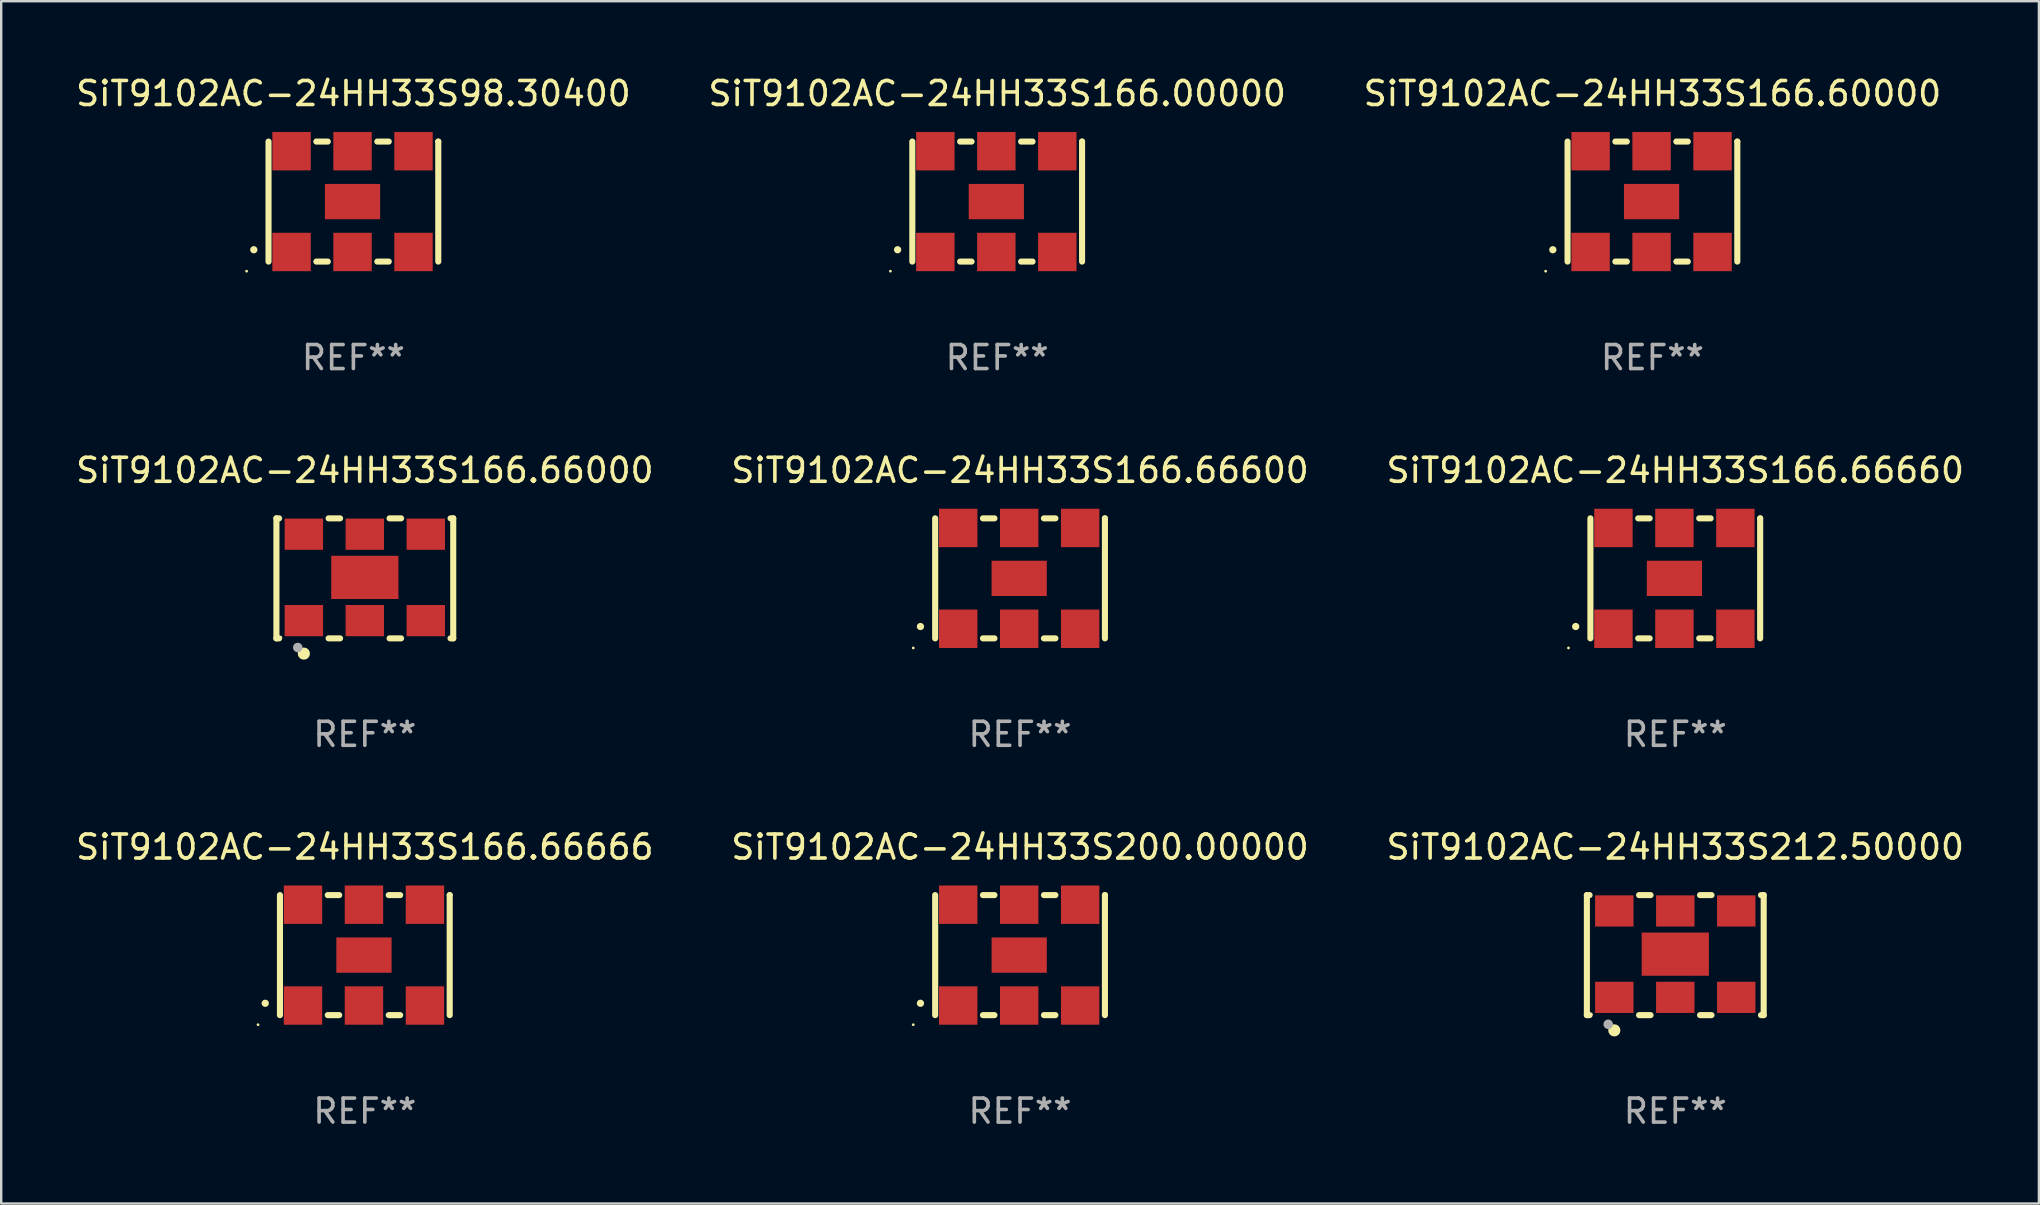
<source format=kicad_pcb>
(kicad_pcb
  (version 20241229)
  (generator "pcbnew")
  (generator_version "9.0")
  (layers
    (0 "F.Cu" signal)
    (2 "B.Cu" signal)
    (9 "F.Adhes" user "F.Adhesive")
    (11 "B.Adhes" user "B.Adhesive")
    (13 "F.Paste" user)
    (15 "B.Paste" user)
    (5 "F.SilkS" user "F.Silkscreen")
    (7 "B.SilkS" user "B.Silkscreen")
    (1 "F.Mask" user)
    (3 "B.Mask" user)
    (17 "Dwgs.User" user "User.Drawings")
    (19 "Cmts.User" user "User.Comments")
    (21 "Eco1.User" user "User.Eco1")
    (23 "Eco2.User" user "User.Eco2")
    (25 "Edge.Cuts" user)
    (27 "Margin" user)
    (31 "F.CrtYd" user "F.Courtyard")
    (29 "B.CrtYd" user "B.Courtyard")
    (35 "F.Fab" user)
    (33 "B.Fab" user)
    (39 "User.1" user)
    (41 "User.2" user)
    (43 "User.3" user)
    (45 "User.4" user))
  (footprint "SiT9102AC-24HH33S212.50000"
    (layer "F.Cu")
    (at 66.744 36.741)
    (property "Reference" "SiT9102AC-24HH33S212.50000" (at 0 -4.5 0) (layer "F.SilkS") (effects (font (size 1 1) (thickness 0.15))))
    (attr through_hole)
    (fp_line (start -3.683 -2.5) (end -3.571 -2.5) (stroke (width 0.254) (type solid)) (layer "F.SilkS"))
    (fp_line (start -3.683 2.5) (end -3.683 -2.5) (stroke (width 0.254) (type solid)) (layer "F.SilkS"))
    (fp_line (start -3.683 2.5) (end -3.571 2.5) (stroke (width 0.254) (type solid)) (layer "F.SilkS"))
    (fp_line (start -1.509 -2.5) (end -1.031 -2.5) (stroke (width 0.254) (type solid)) (layer "F.SilkS"))
    (fp_line (start -1.509 2.5) (end -1.031 2.5) (stroke (width 0.254) (type solid)) (layer "F.SilkS"))
    (fp_line (start 1.031 -2.5) (end 1.509 -2.5) (stroke (width 0.254) (type solid)) (layer "F.SilkS"))
    (fp_line (start 1.031 2.5) (end 1.509 2.5) (stroke (width 0.254) (type solid)) (layer "F.SilkS"))
    (fp_line (start 3.571 -2.5) (end 3.683 -2.5) (stroke (width 0.254) (type solid)) (layer "F.SilkS"))
    (fp_line (start 3.571 2.5) (end 3.683 2.5) (stroke (width 0.254) (type solid)) (layer "F.SilkS"))
    (fp_line (start 3.683 2.5) (end 3.683 -2.5) (stroke (width 0.254) (type solid)) (layer "F.SilkS"))
    (fp_circle (center -3.5 2.46) (end -3.47 2.46) (stroke (width 0.06) (type solid)) (fill no) (layer "F.SilkS"))
    (fp_circle (center -2.54 3.135) (end -2.413 3.135) (stroke (width 0.254) (type solid)) (fill no) (layer "F.SilkS"))
    (fp_circle (center -2.794 2.881) (end -2.694 2.881) (stroke (width 0.2) (type solid)) (fill no) (layer "F.Fab"))
    (fp_text user "REF**" (at 0 6.5 0) (layer "F.Fab") (effects (font (size 1 1) (thickness 0.15))))
    (pad "1" smd rect (at -2.54 1.76) (size 1.6 1.3) (layers "F.Cu" "F.Mask" "F.Paste"))
    (pad "2" smd rect (at 0 1.76) (size 1.6 1.3) (layers "F.Cu" "F.Mask" "F.Paste"))
    (pad "3" smd rect (at 2.54 1.76) (size 1.6 1.3) (layers "F.Cu" "F.Mask" "F.Paste"))
    (pad "4" smd rect (at 2.54 -1.84) (size 1.6 1.3) (layers "F.Cu" "F.Mask" "F.Paste"))
    (pad "5" smd rect (at 0 -1.84) (size 1.6 1.3) (layers "F.Cu" "F.Mask" "F.Paste"))
    (pad "6" smd rect (at -2.54 -1.84) (size 1.6 1.3) (layers "F.Cu" "F.Mask" "F.Paste"))
    (pad "7" smd rect (at 0 -0.04) (size 2.8 1.8) (layers "F.Cu" "F.Mask" "F.Paste")))
  (footprint "SiT9102AC-24HH33S166.66600"
    (layer "F.Cu")
    (at 39.446 21.045)
    (property "Reference" "SiT9102AC-24HH33S166.66600" (at 0 -4.5 0) (layer "F.SilkS") (effects (font (size 1 1) (thickness 0.15))))
    (attr through_hole)
    (fp_line (start -3.536 -2.5) (end -3.536 2.5) (stroke (width 0.254) (type solid)) (layer "F.SilkS"))
    (fp_line (start -1.544 2.5) (end -1.067 2.5) (stroke (width 0.254) (type solid)) (layer "F.SilkS"))
    (fp_line (start -1.067 -2.5) (end -1.544 -2.5) (stroke (width 0.254) (type solid)) (layer "F.SilkS"))
    (fp_line (start 0.996 2.5) (end 1.473 2.5) (stroke (width 0.254) (type solid)) (layer "F.SilkS"))
    (fp_line (start 1.473 -2.5) (end 0.996 -2.5) (stroke (width 0.254) (type solid)) (layer "F.SilkS"))
    (fp_line (start 3.536 -2.5) (end 3.536 -2.5) (stroke (width 0.254) (type solid)) (layer "F.SilkS"))
    (fp_line (start 3.536 2.5) (end 3.536 -2.5) (stroke (width 0.254) (type solid)) (layer "F.SilkS"))
    (fp_arc (start -4.150432 2.006604) (mid -4.149162 2.006599) (end -4.147892 2.006604) (stroke (width 0.3) (type solid)) (layer "F.SilkS"))
    (fp_circle (center -4.449 2.9) (end -4.419 2.9) (stroke (width 0.06) (type solid)) (fill no) (layer "F.SilkS"))
    (fp_text user "REF**" (at 0 6.5 0) (layer "F.Fab") (effects (font (size 1 1) (thickness 0.15))))
    (pad "1" smd rect (at -2.576 2.1) (size 1.6 1.6) (layers "F.Cu" "F.Mask" "F.Paste"))
    (pad "2" smd rect (at -0.036 2.1) (size 1.6 1.6) (layers "F.Cu" "F.Mask" "F.Paste"))
    (pad "3" smd rect (at 2.504 2.1) (size 1.6 1.6) (layers "F.Cu" "F.Mask" "F.Paste"))
    (pad "4" smd rect (at 2.504 -2.1) (size 1.6 1.6) (layers "F.Cu" "F.Mask" "F.Paste"))
    (pad "5" smd rect (at -0.036 -2.1) (size 1.6 1.6) (layers "F.Cu" "F.Mask" "F.Paste"))
    (pad "6" smd rect (at -2.576 -2.1) (size 1.6 1.6) (layers "F.Cu" "F.Mask" "F.Paste"))
    (pad "7" smd rect (at -0.036 0) (size 2.3 1.47) (layers "F.Cu" "F.Mask" "F.Paste")))
  (footprint "SiT9102AC-24HH33S166.00000"
    (layer "F.Cu")
    (at 38.494 5.348)
    (property "Reference" "SiT9102AC-24HH33S166.00000" (at 0 -4.5 0) (layer "F.SilkS") (effects (font (size 1 1) (thickness 0.15))))
    (attr through_hole)
    (fp_line (start -3.536 -2.5) (end -3.536 2.5) (stroke (width 0.254) (type solid)) (layer "F.SilkS"))
    (fp_line (start -1.544 2.5) (end -1.067 2.5) (stroke (width 0.254) (type solid)) (layer "F.SilkS"))
    (fp_line (start -1.067 -2.5) (end -1.544 -2.5) (stroke (width 0.254) (type solid)) (layer "F.SilkS"))
    (fp_line (start 0.996 2.5) (end 1.473 2.5) (stroke (width 0.254) (type solid)) (layer "F.SilkS"))
    (fp_line (start 1.473 -2.5) (end 0.996 -2.5) (stroke (width 0.254) (type solid)) (layer "F.SilkS"))
    (fp_line (start 3.536 -2.5) (end 3.536 -2.5) (stroke (width 0.254) (type solid)) (layer "F.SilkS"))
    (fp_line (start 3.536 2.5) (end 3.536 -2.5) (stroke (width 0.254) (type solid)) (layer "F.SilkS"))
    (fp_arc (start -4.150432 2.006604) (mid -4.149162 2.006599) (end -4.147892 2.006604) (stroke (width 0.3) (type solid)) (layer "F.SilkS"))
    (fp_circle (center -4.449 2.9) (end -4.419 2.9) (stroke (width 0.06) (type solid)) (fill no) (layer "F.SilkS"))
    (fp_text user "REF**" (at 0 6.5 0) (layer "F.Fab") (effects (font (size 1 1) (thickness 0.15))))
    (pad "1" smd rect (at -2.576 2.1) (size 1.6 1.6) (layers "F.Cu" "F.Mask" "F.Paste"))
    (pad "2" smd rect (at -0.036 2.1) (size 1.6 1.6) (layers "F.Cu" "F.Mask" "F.Paste"))
    (pad "3" smd rect (at 2.504 2.1) (size 1.6 1.6) (layers "F.Cu" "F.Mask" "F.Paste"))
    (pad "4" smd rect (at 2.504 -2.1) (size 1.6 1.6) (layers "F.Cu" "F.Mask" "F.Paste"))
    (pad "5" smd rect (at -0.036 -2.1) (size 1.6 1.6) (layers "F.Cu" "F.Mask" "F.Paste"))
    (pad "6" smd rect (at -2.576 -2.1) (size 1.6 1.6) (layers "F.Cu" "F.Mask" "F.Paste"))
    (pad "7" smd rect (at -0.036 0) (size 2.3 1.47) (layers "F.Cu" "F.Mask" "F.Paste")))
  (footprint "SiT9102AC-24HH33S166.60000"
    (layer "F.Cu")
    (at 65.792 5.348)
    (property "Reference" "SiT9102AC-24HH33S166.60000" (at 0 -4.5 0) (layer "F.SilkS") (effects (font (size 1 1) (thickness 0.15))))
    (attr through_hole)
    (fp_line (start -3.536 -2.5) (end -3.536 2.5) (stroke (width 0.254) (type solid)) (layer "F.SilkS"))
    (fp_line (start -1.544 2.5) (end -1.067 2.5) (stroke (width 0.254) (type solid)) (layer "F.SilkS"))
    (fp_line (start -1.067 -2.5) (end -1.544 -2.5) (stroke (width 0.254) (type solid)) (layer "F.SilkS"))
    (fp_line (start 0.996 2.5) (end 1.473 2.5) (stroke (width 0.254) (type solid)) (layer "F.SilkS"))
    (fp_line (start 1.473 -2.5) (end 0.996 -2.5) (stroke (width 0.254) (type solid)) (layer "F.SilkS"))
    (fp_line (start 3.536 -2.5) (end 3.536 -2.5) (stroke (width 0.254) (type solid)) (layer "F.SilkS"))
    (fp_line (start 3.536 2.5) (end 3.536 -2.5) (stroke (width 0.254) (type solid)) (layer "F.SilkS"))
    (fp_arc (start -4.150432 2.006604) (mid -4.149162 2.006599) (end -4.147892 2.006604) (stroke (width 0.3) (type solid)) (layer "F.SilkS"))
    (fp_circle (center -4.449 2.9) (end -4.419 2.9) (stroke (width 0.06) (type solid)) (fill no) (layer "F.SilkS"))
    (fp_text user "REF**" (at 0 6.5 0) (layer "F.Fab") (effects (font (size 1 1) (thickness 0.15))))
    (pad "1" smd rect (at -2.576 2.1) (size 1.6 1.6) (layers "F.Cu" "F.Mask" "F.Paste"))
    (pad "2" smd rect (at -0.036 2.1) (size 1.6 1.6) (layers "F.Cu" "F.Mask" "F.Paste"))
    (pad "3" smd rect (at 2.504 2.1) (size 1.6 1.6) (layers "F.Cu" "F.Mask" "F.Paste"))
    (pad "4" smd rect (at 2.504 -2.1) (size 1.6 1.6) (layers "F.Cu" "F.Mask" "F.Paste"))
    (pad "5" smd rect (at -0.036 -2.1) (size 1.6 1.6) (layers "F.Cu" "F.Mask" "F.Paste"))
    (pad "6" smd rect (at -2.576 -2.1) (size 1.6 1.6) (layers "F.Cu" "F.Mask" "F.Paste"))
    (pad "7" smd rect (at -0.036 0) (size 2.3 1.47) (layers "F.Cu" "F.Mask" "F.Paste")))
  (footprint "SiT9102AC-24HH33S166.66000"
    (layer "F.Cu")
    (at 12.149 21.045)
    (property "Reference" "SiT9102AC-24HH33S166.66000" (at 0 -4.5 0) (layer "F.SilkS") (effects (font (size 1 1) (thickness 0.15))))
    (attr through_hole)
    (fp_line (start -3.683 -2.5) (end -3.571 -2.5) (stroke (width 0.254) (type solid)) (layer "F.SilkS"))
    (fp_line (start -3.683 2.5) (end -3.683 -2.5) (stroke (width 0.254) (type solid)) (layer "F.SilkS"))
    (fp_line (start -3.683 2.5) (end -3.571 2.5) (stroke (width 0.254) (type solid)) (layer "F.SilkS"))
    (fp_line (start -1.509 -2.5) (end -1.031 -2.5) (stroke (width 0.254) (type solid)) (layer "F.SilkS"))
    (fp_line (start -1.509 2.5) (end -1.031 2.5) (stroke (width 0.254) (type solid)) (layer "F.SilkS"))
    (fp_line (start 1.031 -2.5) (end 1.509 -2.5) (stroke (width 0.254) (type solid)) (layer "F.SilkS"))
    (fp_line (start 1.031 2.5) (end 1.509 2.5) (stroke (width 0.254) (type solid)) (layer "F.SilkS"))
    (fp_line (start 3.571 -2.5) (end 3.683 -2.5) (stroke (width 0.254) (type solid)) (layer "F.SilkS"))
    (fp_line (start 3.571 2.5) (end 3.683 2.5) (stroke (width 0.254) (type solid)) (layer "F.SilkS"))
    (fp_line (start 3.683 2.5) (end 3.683 -2.5) (stroke (width 0.254) (type solid)) (layer "F.SilkS"))
    (fp_circle (center -3.5 2.46) (end -3.47 2.46) (stroke (width 0.06) (type solid)) (fill no) (layer "F.SilkS"))
    (fp_circle (center -2.54 3.135) (end -2.413 3.135) (stroke (width 0.254) (type solid)) (fill no) (layer "F.SilkS"))
    (fp_circle (center -2.794 2.881) (end -2.694 2.881) (stroke (width 0.2) (type solid)) (fill no) (layer "F.Fab"))
    (fp_text user "REF**" (at 0 6.5 0) (layer "F.Fab") (effects (font (size 1 1) (thickness 0.15))))
    (pad "1" smd rect (at -2.54 1.76) (size 1.6 1.3) (layers "F.Cu" "F.Mask" "F.Paste"))
    (pad "2" smd rect (at 0 1.76) (size 1.6 1.3) (layers "F.Cu" "F.Mask" "F.Paste"))
    (pad "3" smd rect (at 2.54 1.76) (size 1.6 1.3) (layers "F.Cu" "F.Mask" "F.Paste"))
    (pad "4" smd rect (at 2.54 -1.84) (size 1.6 1.3) (layers "F.Cu" "F.Mask" "F.Paste"))
    (pad "5" smd rect (at 0 -1.84) (size 1.6 1.3) (layers "F.Cu" "F.Mask" "F.Paste"))
    (pad "6" smd rect (at -2.54 -1.84) (size 1.6 1.3) (layers "F.Cu" "F.Mask" "F.Paste"))
    (pad "7" smd rect (at 0 -0.04) (size 2.8 1.8) (layers "F.Cu" "F.Mask" "F.Paste")))
  (footprint "SiT9102AC-24HH33S200.00000"
    (layer "F.Cu")
    (at 39.446 36.741)
    (property "Reference" "SiT9102AC-24HH33S200.00000" (at 0 -4.5 0) (layer "F.SilkS") (effects (font (size 1 1) (thickness 0.15))))
    (attr through_hole)
    (fp_line (start -3.536 -2.5) (end -3.536 2.5) (stroke (width 0.254) (type solid)) (layer "F.SilkS"))
    (fp_line (start -1.544 2.5) (end -1.067 2.5) (stroke (width 0.254) (type solid)) (layer "F.SilkS"))
    (fp_line (start -1.067 -2.5) (end -1.544 -2.5) (stroke (width 0.254) (type solid)) (layer "F.SilkS"))
    (fp_line (start 0.996 2.5) (end 1.473 2.5) (stroke (width 0.254) (type solid)) (layer "F.SilkS"))
    (fp_line (start 1.473 -2.5) (end 0.996 -2.5) (stroke (width 0.254) (type solid)) (layer "F.SilkS"))
    (fp_line (start 3.536 -2.5) (end 3.536 -2.5) (stroke (width 0.254) (type solid)) (layer "F.SilkS"))
    (fp_line (start 3.536 2.5) (end 3.536 -2.5) (stroke (width 0.254) (type solid)) (layer "F.SilkS"))
    (fp_arc (start -4.150432 2.006604) (mid -4.149162 2.006599) (end -4.147892 2.006604) (stroke (width 0.3) (type solid)) (layer "F.SilkS"))
    (fp_circle (center -4.449 2.9) (end -4.419 2.9) (stroke (width 0.06) (type solid)) (fill no) (layer "F.SilkS"))
    (fp_text user "REF**" (at 0 6.5 0) (layer "F.Fab") (effects (font (size 1 1) (thickness 0.15))))
    (pad "1" smd rect (at -2.576 2.1) (size 1.6 1.6) (layers "F.Cu" "F.Mask" "F.Paste"))
    (pad "2" smd rect (at -0.036 2.1) (size 1.6 1.6) (layers "F.Cu" "F.Mask" "F.Paste"))
    (pad "3" smd rect (at 2.504 2.1) (size 1.6 1.6) (layers "F.Cu" "F.Mask" "F.Paste"))
    (pad "4" smd rect (at 2.504 -2.1) (size 1.6 1.6) (layers "F.Cu" "F.Mask" "F.Paste"))
    (pad "5" smd rect (at -0.036 -2.1) (size 1.6 1.6) (layers "F.Cu" "F.Mask" "F.Paste"))
    (pad "6" smd rect (at -2.576 -2.1) (size 1.6 1.6) (layers "F.Cu" "F.Mask" "F.Paste"))
    (pad "7" smd rect (at -0.036 0) (size 2.3 1.47) (layers "F.Cu" "F.Mask" "F.Paste")))
  (footprint "SiT9102AC-24HH33S166.66666"
    (layer "F.Cu")
    (at 12.149 36.741)
    (property "Reference" "SiT9102AC-24HH33S166.66666" (at 0 -4.5 0) (layer "F.SilkS") (effects (font (size 1 1) (thickness 0.15))))
    (attr through_hole)
    (fp_line (start -3.536 -2.5) (end -3.536 2.5) (stroke (width 0.254) (type solid)) (layer "F.SilkS"))
    (fp_line (start -1.544 2.5) (end -1.067 2.5) (stroke (width 0.254) (type solid)) (layer "F.SilkS"))
    (fp_line (start -1.067 -2.5) (end -1.544 -2.5) (stroke (width 0.254) (type solid)) (layer "F.SilkS"))
    (fp_line (start 0.996 2.5) (end 1.473 2.5) (stroke (width 0.254) (type solid)) (layer "F.SilkS"))
    (fp_line (start 1.473 -2.5) (end 0.996 -2.5) (stroke (width 0.254) (type solid)) (layer "F.SilkS"))
    (fp_line (start 3.536 -2.5) (end 3.536 -2.5) (stroke (width 0.254) (type solid)) (layer "F.SilkS"))
    (fp_line (start 3.536 2.5) (end 3.536 -2.5) (stroke (width 0.254) (type solid)) (layer "F.SilkS"))
    (fp_arc (start -4.150432 2.006604) (mid -4.149162 2.006599) (end -4.147892 2.006604) (stroke (width 0.3) (type solid)) (layer "F.SilkS"))
    (fp_circle (center -4.449 2.9) (end -4.419 2.9) (stroke (width 0.06) (type solid)) (fill no) (layer "F.SilkS"))
    (fp_text user "REF**" (at 0 6.5 0) (layer "F.Fab") (effects (font (size 1 1) (thickness 0.15))))
    (pad "1" smd rect (at -2.576 2.1) (size 1.6 1.6) (layers "F.Cu" "F.Mask" "F.Paste"))
    (pad "2" smd rect (at -0.036 2.1) (size 1.6 1.6) (layers "F.Cu" "F.Mask" "F.Paste"))
    (pad "3" smd rect (at 2.504 2.1) (size 1.6 1.6) (layers "F.Cu" "F.Mask" "F.Paste"))
    (pad "4" smd rect (at 2.504 -2.1) (size 1.6 1.6) (layers "F.Cu" "F.Mask" "F.Paste"))
    (pad "5" smd rect (at -0.036 -2.1) (size 1.6 1.6) (layers "F.Cu" "F.Mask" "F.Paste"))
    (pad "6" smd rect (at -2.576 -2.1) (size 1.6 1.6) (layers "F.Cu" "F.Mask" "F.Paste"))
    (pad "7" smd rect (at -0.036 0) (size 2.3 1.47) (layers "F.Cu" "F.Mask" "F.Paste")))
  (footprint "SiT9102AC-24HH33S166.66660"
    (layer "F.Cu")
    (at 66.744 21.045)
    (property "Reference" "SiT9102AC-24HH33S166.66660" (at 0 -4.5 0) (layer "F.SilkS") (effects (font (size 1 1) (thickness 0.15))))
    (attr through_hole)
    (fp_line (start -3.536 -2.5) (end -3.536 2.5) (stroke (width 0.254) (type solid)) (layer "F.SilkS"))
    (fp_line (start -1.544 2.5) (end -1.067 2.5) (stroke (width 0.254) (type solid)) (layer "F.SilkS"))
    (fp_line (start -1.067 -2.5) (end -1.544 -2.5) (stroke (width 0.254) (type solid)) (layer "F.SilkS"))
    (fp_line (start 0.996 2.5) (end 1.473 2.5) (stroke (width 0.254) (type solid)) (layer "F.SilkS"))
    (fp_line (start 1.473 -2.5) (end 0.996 -2.5) (stroke (width 0.254) (type solid)) (layer "F.SilkS"))
    (fp_line (start 3.536 -2.5) (end 3.536 -2.5) (stroke (width 0.254) (type solid)) (layer "F.SilkS"))
    (fp_line (start 3.536 2.5) (end 3.536 -2.5) (stroke (width 0.254) (type solid)) (layer "F.SilkS"))
    (fp_arc (start -4.150432 2.006604) (mid -4.149162 2.006599) (end -4.147892 2.006604) (stroke (width 0.3) (type solid)) (layer "F.SilkS"))
    (fp_circle (center -4.449 2.9) (end -4.419 2.9) (stroke (width 0.06) (type solid)) (fill no) (layer "F.SilkS"))
    (fp_text user "REF**" (at 0 6.5 0) (layer "F.Fab") (effects (font (size 1 1) (thickness 0.15))))
    (pad "1" smd rect (at -2.576 2.1) (size 1.6 1.6) (layers "F.Cu" "F.Mask" "F.Paste"))
    (pad "2" smd rect (at -0.036 2.1) (size 1.6 1.6) (layers "F.Cu" "F.Mask" "F.Paste"))
    (pad "3" smd rect (at 2.504 2.1) (size 1.6 1.6) (layers "F.Cu" "F.Mask" "F.Paste"))
    (pad "4" smd rect (at 2.504 -2.1) (size 1.6 1.6) (layers "F.Cu" "F.Mask" "F.Paste"))
    (pad "5" smd rect (at -0.036 -2.1) (size 1.6 1.6) (layers "F.Cu" "F.Mask" "F.Paste"))
    (pad "6" smd rect (at -2.576 -2.1) (size 1.6 1.6) (layers "F.Cu" "F.Mask" "F.Paste"))
    (pad "7" smd rect (at -0.036 0) (size 2.3 1.47) (layers "F.Cu" "F.Mask" "F.Paste")))
  (footprint "SiT9102AC-24HH33S98.30400"
    (layer "F.Cu")
    (at 11.673 5.348)
    (property "Reference" "SiT9102AC-24HH33S98.30400" (at 0 -4.5 0) (layer "F.SilkS") (effects (font (size 1 1) (thickness 0.15))))
    (attr through_hole)
    (fp_line (start -3.536 -2.5) (end -3.536 2.5) (stroke (width 0.254) (type solid)) (layer "F.SilkS"))
    (fp_line (start -1.544 2.5) (end -1.067 2.5) (stroke (width 0.254) (type solid)) (layer "F.SilkS"))
    (fp_line (start -1.067 -2.5) (end -1.544 -2.5) (stroke (width 0.254) (type solid)) (layer "F.SilkS"))
    (fp_line (start 0.996 2.5) (end 1.473 2.5) (stroke (width 0.254) (type solid)) (layer "F.SilkS"))
    (fp_line (start 1.473 -2.5) (end 0.996 -2.5) (stroke (width 0.254) (type solid)) (layer "F.SilkS"))
    (fp_line (start 3.536 -2.5) (end 3.536 -2.5) (stroke (width 0.254) (type solid)) (layer "F.SilkS"))
    (fp_line (start 3.536 2.5) (end 3.536 -2.5) (stroke (width 0.254) (type solid)) (layer "F.SilkS"))
    (fp_arc (start -4.150432 2.006604) (mid -4.149162 2.006599) (end -4.147892 2.006604) (stroke (width 0.3) (type solid)) (layer "F.SilkS"))
    (fp_circle (center -4.449 2.9) (end -4.419 2.9) (stroke (width 0.06) (type solid)) (fill no) (layer "F.SilkS"))
    (fp_text user "REF**" (at 0 6.5 0) (layer "F.Fab") (effects (font (size 1 1) (thickness 0.15))))
    (pad "1" smd rect (at -2.576 2.1) (size 1.6 1.6) (layers "F.Cu" "F.Mask" "F.Paste"))
    (pad "2" smd rect (at -0.036 2.1) (size 1.6 1.6) (layers "F.Cu" "F.Mask" "F.Paste"))
    (pad "3" smd rect (at 2.504 2.1) (size 1.6 1.6) (layers "F.Cu" "F.Mask" "F.Paste"))
    (pad "4" smd rect (at 2.504 -2.1) (size 1.6 1.6) (layers "F.Cu" "F.Mask" "F.Paste"))
    (pad "5" smd rect (at -0.036 -2.1) (size 1.6 1.6) (layers "F.Cu" "F.Mask" "F.Paste"))
    (pad "6" smd rect (at -2.576 -2.1) (size 1.6 1.6) (layers "F.Cu" "F.Mask" "F.Paste"))
    (pad "7" smd rect (at -0.036 0) (size 2.3 1.47) (layers "F.Cu" "F.Mask" "F.Paste")))
  (gr_rect
    (start -3 -3)
    (end 81.893 47.09)
    (stroke (width 0.1) (type default))
    (fill no)
    (layer "Edge.Cuts")))
</source>
